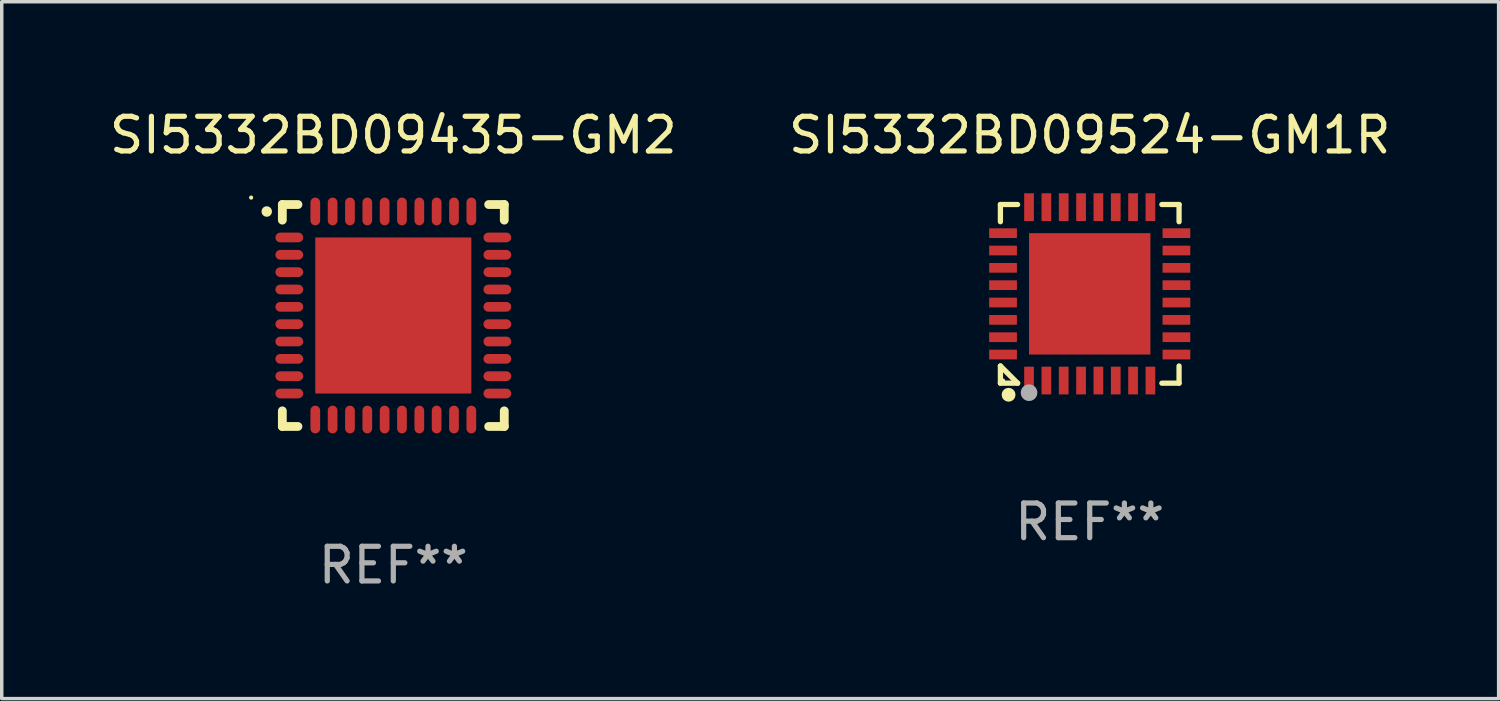
<source format=kicad_pcb>
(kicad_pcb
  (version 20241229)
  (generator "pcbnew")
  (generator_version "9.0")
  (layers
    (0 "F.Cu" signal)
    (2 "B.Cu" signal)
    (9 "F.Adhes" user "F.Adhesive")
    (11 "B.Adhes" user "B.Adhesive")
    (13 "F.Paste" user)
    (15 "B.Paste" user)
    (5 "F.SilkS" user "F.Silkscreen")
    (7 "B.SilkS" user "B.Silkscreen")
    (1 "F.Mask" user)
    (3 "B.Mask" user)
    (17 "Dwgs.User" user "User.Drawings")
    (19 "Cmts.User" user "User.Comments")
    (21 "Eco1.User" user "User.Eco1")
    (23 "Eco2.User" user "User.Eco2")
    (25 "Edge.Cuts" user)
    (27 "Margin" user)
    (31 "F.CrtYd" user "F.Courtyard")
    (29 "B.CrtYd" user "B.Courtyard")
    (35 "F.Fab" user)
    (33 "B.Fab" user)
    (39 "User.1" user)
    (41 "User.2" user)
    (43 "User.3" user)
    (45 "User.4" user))
  (footprint "SI5332BD09524-GM1R"
    (layer "F.Cu")
    (at 28.375 5.424)
    (property "Reference" "SI5332BD09524-GM1R" (at 0 -4.576 0) (layer "F.SilkS") (effects (font (size 1 1) (thickness 0.15))))
    (attr through_hole)
    (fp_line (start -2.576 -2.576) (end -2.08 -2.576) (stroke (width 0.152) (type solid)) (layer "F.SilkS"))
    (fp_line (start -2.576 -2.08) (end -2.576 -2.576) (stroke (width 0.152) (type solid)) (layer "F.SilkS"))
    (fp_line (start -2.576 2.08) (end -2.576 2.576) (stroke (width 0.152) (type solid)) (layer "F.SilkS"))
    (fp_line (start -2.576 2.08) (end -2.08 2.576) (stroke (width 0.152) (type solid)) (layer "F.SilkS"))
    (fp_line (start -2.576 2.576) (end -2.08 2.576) (stroke (width 0.152) (type solid)) (layer "F.SilkS"))
    (fp_line (start 2.576 -2.576) (end 2.08 -2.576) (stroke (width 0.152) (type solid)) (layer "F.SilkS"))
    (fp_line (start 2.576 -2.08) (end 2.576 -2.576) (stroke (width 0.152) (type solid)) (layer "F.SilkS"))
    (fp_line (start 2.576 2.08) (end 2.576 2.576) (stroke (width 0.152) (type solid)) (layer "F.SilkS"))
    (fp_line (start 2.576 2.576) (end 2.08 2.576) (stroke (width 0.152) (type solid)) (layer "F.SilkS"))
    (fp_circle (center -2.5 2.5) (end -2.47 2.5) (stroke (width 0.06) (type solid)) (fill no) (layer "F.SilkS"))
    (fp_circle (center -2.34 2.91) (end -2.24 2.91) (stroke (width 0.2) (type solid)) (fill no) (layer "F.SilkS"))
    (fp_circle (center -1.75 2.85) (end -1.63 2.85) (stroke (width 0.24) (type solid)) (fill no) (layer "F.Fab"))
    (fp_text user "REF**" (at 0 6.576 0) (layer "F.Fab") (effects (font (size 1 1) (thickness 0.15))))
    (pad "1" smd rect (at -1.75 2.5) (size 0.28 0.8) (layers "F.Cu" "F.Mask" "F.Paste"))
    (pad "2" smd rect (at -1.25 2.5) (size 0.28 0.8) (layers "F.Cu" "F.Mask" "F.Paste"))
    (pad "3" smd rect (at -0.75 2.5) (size 0.28 0.8) (layers "F.Cu" "F.Mask" "F.Paste"))
    (pad "4" smd rect (at -0.25 2.5) (size 0.28 0.8) (layers "F.Cu" "F.Mask" "F.Paste"))
    (pad "5" smd rect (at 0.25 2.5) (size 0.28 0.8) (layers "F.Cu" "F.Mask" "F.Paste"))
    (pad "6" smd rect (at 0.75 2.5) (size 0.28 0.8) (layers "F.Cu" "F.Mask" "F.Paste"))
    (pad "7" smd rect (at 1.25 2.5) (size 0.28 0.8) (layers "F.Cu" "F.Mask" "F.Paste"))
    (pad "8" smd rect (at 1.75 2.5) (size 0.28 0.8) (layers "F.Cu" "F.Mask" "F.Paste"))
    (pad "9" smd rect (at 2.5 1.75) (size 0.8 0.28) (layers "F.Cu" "F.Mask" "F.Paste"))
    (pad "10" smd rect (at 2.5 1.25) (size 0.8 0.28) (layers "F.Cu" "F.Mask" "F.Paste"))
    (pad "11" smd rect (at 2.5 0.75) (size 0.8 0.28) (layers "F.Cu" "F.Mask" "F.Paste"))
    (pad "12" smd rect (at 2.5 0.25) (size 0.8 0.28) (layers "F.Cu" "F.Mask" "F.Paste"))
    (pad "13" smd rect (at 2.5 -0.25) (size 0.8 0.28) (layers "F.Cu" "F.Mask" "F.Paste"))
    (pad "14" smd rect (at 2.5 -0.75) (size 0.8 0.28) (layers "F.Cu" "F.Mask" "F.Paste"))
    (pad "15" smd rect (at 2.5 -1.25) (size 0.8 0.28) (layers "F.Cu" "F.Mask" "F.Paste"))
    (pad "16" smd rect (at 2.5 -1.75) (size 0.8 0.28) (layers "F.Cu" "F.Mask" "F.Paste"))
    (pad "17" smd rect (at 1.75 -2.5) (size 0.28 0.8) (layers "F.Cu" "F.Mask" "F.Paste"))
    (pad "18" smd rect (at 1.25 -2.5) (size 0.28 0.8) (layers "F.Cu" "F.Mask" "F.Paste"))
    (pad "19" smd rect (at 0.75 -2.5) (size 0.28 0.8) (layers "F.Cu" "F.Mask" "F.Paste"))
    (pad "20" smd rect (at 0.25 -2.5) (size 0.28 0.8) (layers "F.Cu" "F.Mask" "F.Paste"))
    (pad "21" smd rect (at -0.25 -2.5) (size 0.28 0.8) (layers "F.Cu" "F.Mask" "F.Paste"))
    (pad "22" smd rect (at -0.75 -2.5) (size 0.28 0.8) (layers "F.Cu" "F.Mask" "F.Paste"))
    (pad "23" smd rect (at -1.25 -2.5) (size 0.28 0.8) (layers "F.Cu" "F.Mask" "F.Paste"))
    (pad "24" smd rect (at -1.75 -2.5) (size 0.28 0.8) (layers "F.Cu" "F.Mask" "F.Paste"))
    (pad "25" smd rect (at -2.5 -1.75) (size 0.8 0.28) (layers "F.Cu" "F.Mask" "F.Paste"))
    (pad "26" smd rect (at -2.5 -1.25) (size 0.8 0.28) (layers "F.Cu" "F.Mask" "F.Paste"))
    (pad "27" smd rect (at -2.5 -0.75) (size 0.8 0.28) (layers "F.Cu" "F.Mask" "F.Paste"))
    (pad "28" smd rect (at -2.5 -0.25) (size 0.8 0.28) (layers "F.Cu" "F.Mask" "F.Paste"))
    (pad "29" smd rect (at -2.5 0.25) (size 0.8 0.28) (layers "F.Cu" "F.Mask" "F.Paste"))
    (pad "30" smd rect (at -2.5 0.75) (size 0.8 0.28) (layers "F.Cu" "F.Mask" "F.Paste"))
    (pad "31" smd rect (at -2.5 1.25) (size 0.8 0.28) (layers "F.Cu" "F.Mask" "F.Paste"))
    (pad "32" smd rect (at -2.5 1.75) (size 0.8 0.28) (layers "F.Cu" "F.Mask" "F.Paste"))
    (pad "33" smd rect (at 0 0) (size 3.5 3.5) (layers "F.Cu" "F.Mask" "F.Paste")))
  (footprint "SI5332BD09435-GM2"
    (layer "F.Cu")
    (at 8.292 6.048)
    (property "Reference" "SI5332BD09435-GM2" (at 0 -5.2 0) (layer "F.SilkS") (effects (font (size 1 1) (thickness 0.15))))
    (attr through_hole)
    (fp_line (start -3.2 -3.2) (end -2.75 -3.2) (stroke (width 0.254) (type solid)) (layer "F.SilkS"))
    (fp_line (start -3.2 -2.75) (end -3.2 -3.2) (stroke (width 0.254) (type solid)) (layer "F.SilkS"))
    (fp_line (start -3.2 3.2) (end -3.2 2.75) (stroke (width 0.254) (type solid)) (layer "F.SilkS"))
    (fp_line (start -2.75 3.2) (end -3.2 3.2) (stroke (width 0.254) (type solid)) (layer "F.SilkS"))
    (fp_line (start 2.75 3.2) (end 3.2 3.2) (stroke (width 0.254) (type solid)) (layer "F.SilkS"))
    (fp_line (start 3.2 -3.2) (end 2.75 -3.2) (stroke (width 0.254) (type solid)) (layer "F.SilkS"))
    (fp_line (start 3.2 -2.75) (end 3.2 -3.2) (stroke (width 0.254) (type solid)) (layer "F.SilkS"))
    (fp_line (start 3.2 3.2) (end 3.2 2.75) (stroke (width 0.254) (type solid)) (layer "F.SilkS"))
    (fp_arc (start -3.649987 -2.997206) (mid -3.649992 -2.998476) (end -3.649987 -2.999746) (stroke (width 0.3) (type solid)) (layer "F.SilkS"))
    (fp_circle (center -4.1 -3.4) (end -4.07 -3.4) (stroke (width 0.06) (type solid)) (fill no) (layer "F.SilkS"))
    (fp_text user "REF**" (at 0 7.2 0) (layer "F.Fab") (effects (font (size 1 1) (thickness 0.15))))
    (pad "1" smd oval (at -3 -2.25 90) (size 0.28 0.8) (layers "F.Cu" "F.Mask" "F.Paste"))
    (pad "2" smd oval (at -3 -1.75 90) (size 0.28 0.8) (layers "F.Cu" "F.Mask" "F.Paste"))
    (pad "3" smd oval (at -3 -1.25 90) (size 0.28 0.8) (layers "F.Cu" "F.Mask" "F.Paste"))
    (pad "4" smd oval (at -3 -0.75 90) (size 0.28 0.8) (layers "F.Cu" "F.Mask" "F.Paste"))
    (pad "5" smd oval (at -3 -0.25 90) (size 0.28 0.8) (layers "F.Cu" "F.Mask" "F.Paste"))
    (pad "6" smd oval (at -3 0.25 90) (size 0.28 0.8) (layers "F.Cu" "F.Mask" "F.Paste"))
    (pad "7" smd oval (at -3 0.75 90) (size 0.28 0.8) (layers "F.Cu" "F.Mask" "F.Paste"))
    (pad "8" smd oval (at -3 1.25 90) (size 0.28 0.8) (layers "F.Cu" "F.Mask" "F.Paste"))
    (pad "9" smd oval (at -3 1.75 90) (size 0.28 0.8) (layers "F.Cu" "F.Mask" "F.Paste"))
    (pad "10" smd oval (at -3 2.25 90) (size 0.28 0.8) (layers "F.Cu" "F.Mask" "F.Paste"))
    (pad "11" smd oval (at -2.25 3) (size 0.28 0.8) (layers "F.Cu" "F.Mask" "F.Paste"))
    (pad "12" smd oval (at -1.75 3) (size 0.28 0.8) (layers "F.Cu" "F.Mask" "F.Paste"))
    (pad "13" smd oval (at -1.25 3) (size 0.28 0.8) (layers "F.Cu" "F.Mask" "F.Paste"))
    (pad "14" smd oval (at -0.75 3) (size 0.28 0.8) (layers "F.Cu" "F.Mask" "F.Paste"))
    (pad "15" smd oval (at -0.25 3) (size 0.28 0.8) (layers "F.Cu" "F.Mask" "F.Paste"))
    (pad "16" smd oval (at 0.25 3) (size 0.28 0.8) (layers "F.Cu" "F.Mask" "F.Paste"))
    (pad "17" smd oval (at 0.75 3) (size 0.28 0.8) (layers "F.Cu" "F.Mask" "F.Paste"))
    (pad "18" smd oval (at 1.25 3) (size 0.28 0.8) (layers "F.Cu" "F.Mask" "F.Paste"))
    (pad "19" smd oval (at 1.75 3) (size 0.28 0.8) (layers "F.Cu" "F.Mask" "F.Paste"))
    (pad "20" smd oval (at 2.25 3) (size 0.28 0.8) (layers "F.Cu" "F.Mask" "F.Paste"))
    (pad "21" smd oval (at 3 2.25 90) (size 0.28 0.8) (layers "F.Cu" "F.Mask" "F.Paste"))
    (pad "22" smd oval (at 3 1.75 90) (size 0.28 0.8) (layers "F.Cu" "F.Mask" "F.Paste"))
    (pad "23" smd oval (at 3 1.25 90) (size 0.28 0.8) (layers "F.Cu" "F.Mask" "F.Paste"))
    (pad "24" smd oval (at 3 0.75 90) (size 0.28 0.8) (layers "F.Cu" "F.Mask" "F.Paste"))
    (pad "25" smd oval (at 3 0.25 90) (size 0.28 0.8) (layers "F.Cu" "F.Mask" "F.Paste"))
    (pad "26" smd oval (at 3 -0.25 90) (size 0.28 0.8) (layers "F.Cu" "F.Mask" "F.Paste"))
    (pad "27" smd oval (at 3 -0.75 90) (size 0.28 0.8) (layers "F.Cu" "F.Mask" "F.Paste"))
    (pad "28" smd oval (at 3 -1.25 90) (size 0.28 0.8) (layers "F.Cu" "F.Mask" "F.Paste"))
    (pad "29" smd oval (at 3 -1.75 90) (size 0.28 0.8) (layers "F.Cu" "F.Mask" "F.Paste"))
    (pad "30" smd oval (at 3 -2.25 90) (size 0.28 0.8) (layers "F.Cu" "F.Mask" "F.Paste"))
    (pad "31" smd oval (at 2.25 -3) (size 0.28 0.8) (layers "F.Cu" "F.Mask" "F.Paste"))
    (pad "32" smd oval (at 1.75 -3) (size 0.28 0.8) (layers "F.Cu" "F.Mask" "F.Paste"))
    (pad "33" smd oval (at 1.25 -3) (size 0.28 0.8) (layers "F.Cu" "F.Mask" "F.Paste"))
    (pad "34" smd oval (at 0.75 -3) (size 0.28 0.8) (layers "F.Cu" "F.Mask" "F.Paste"))
    (pad "35" smd oval (at 0.25 -3) (size 0.28 0.8) (layers "F.Cu" "F.Mask" "F.Paste"))
    (pad "36" smd oval (at -0.25 -3) (size 0.28 0.8) (layers "F.Cu" "F.Mask" "F.Paste"))
    (pad "37" smd oval (at -0.75 -3) (size 0.28 0.8) (layers "F.Cu" "F.Mask" "F.Paste"))
    (pad "38" smd oval (at -1.25 -3) (size 0.28 0.8) (layers "F.Cu" "F.Mask" "F.Paste"))
    (pad "39" smd oval (at -1.75 -3) (size 0.28 0.8) (layers "F.Cu" "F.Mask" "F.Paste"))
    (pad "40" smd oval (at -2.25 -3) (size 0.28 0.8) (layers "F.Cu" "F.Mask" "F.Paste"))
    (pad "41" smd rect (at 0 0) (size 4.5 4.5) (layers "F.Cu" "F.Mask" "F.Paste")))
  (gr_rect
    (start -3 -3)
    (end 40.167 17.096)
    (stroke (width 0.1) (type default))
    (fill no)
    (layer "Edge.Cuts")))
</source>
